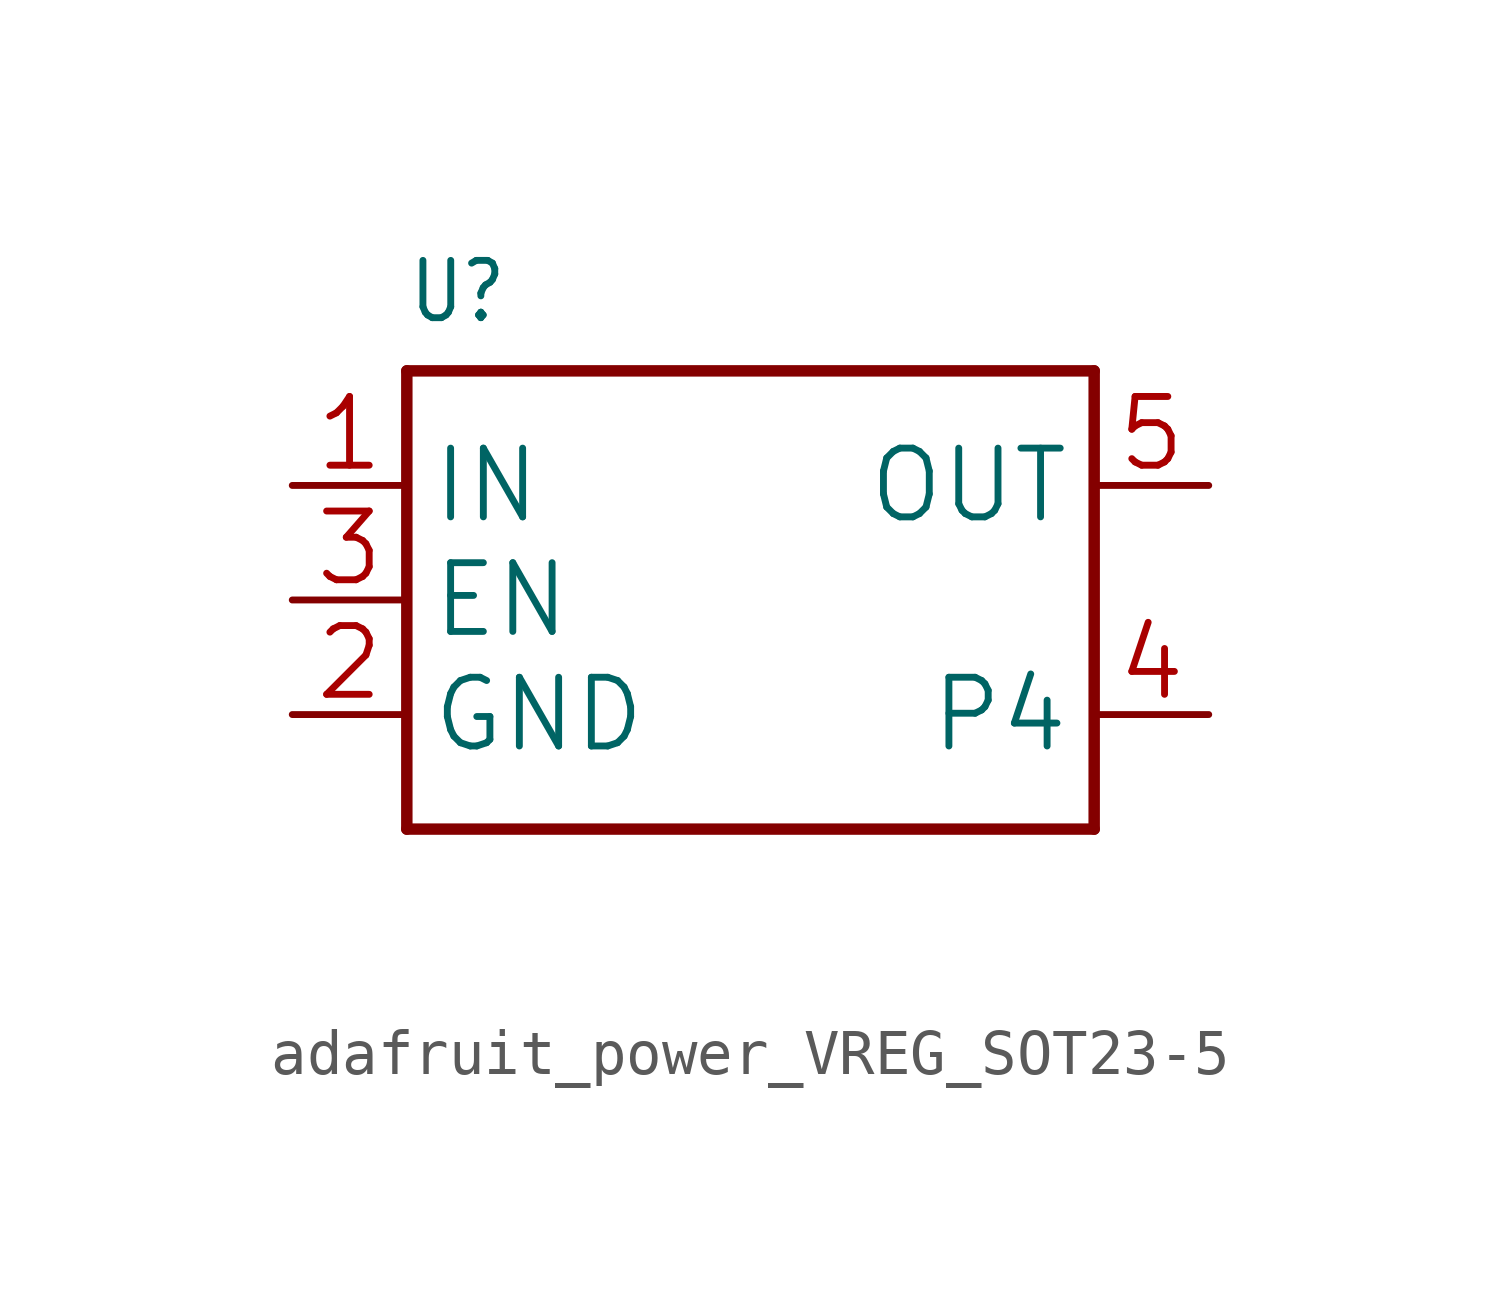
<source format=kicad_sym>
(kicad_symbol_lib
  (version 20241209)
  (generator "kicad_symbol_editor")
  (generator_version "9.0")
  (symbol "adafruit_power_VREG_SOT23-5"
    (property "Reference" "U"
      (at -7.62 6.096 0)
      (effects (font (size 1.27 1.079)) (justify left bottom)))
    (property "Value" ""
      (at -7.62 -7.62 0)
      (effects (font (size 1.27 1.079)) (justify left bottom)))
    (property "ki_locked" ""
      (at 0 0 0)
      (effects (font (size 1.27 1.27))))
    (symbol "adafruit_power_VREG_SOT23-5_1_0"
      (polyline (pts (xy -7.62 5.08) (xy 7.62 5.08)) (stroke (width 0.254) (type solid)) (fill (type none)))
      (polyline (pts (xy -7.62 -5.08) (xy -7.62 5.08)) (stroke (width 0.254) (type solid)) (fill (type none)))
      (polyline (pts (xy 7.62 5.08) (xy 7.62 -5.08)) (stroke (width 0.254) (type solid)) (fill (type none)))
      (polyline (pts (xy 7.62 -5.08) (xy -7.62 -5.08)) (stroke (width 0.254) (type solid)) (fill (type none)))
      (pin power_in line (at -10.16 2.54 0) (length 2.54) (name "IN" (effects (font (size 1.524 1.524)))) (number "1" (effects (font (size 1.524 1.524)))))
      (pin input line (at -10.16 0 0) (length 2.54) (name "EN" (effects (font (size 1.524 1.524)))) (number "3" (effects (font (size 1.524 1.524)))))
      (pin power_in line (at -10.16 -2.54 0) (length 2.54) (name "GND" (effects (font (size 1.524 1.524)))) (number "2" (effects (font (size 1.524 1.524)))))
      (pin power_in line (at 10.16 2.54 180) (length 2.54) (name "OUT" (effects (font (size 1.524 1.524)))) (number "5" (effects (font (size 1.524 1.524)))))
      (pin bidirectional line (at 10.16 -2.54 180) (length 2.54) (name "P4" (effects (font (size 1.524 1.524)))) (number "4" (effects (font (size 1.524 1.524))))))))
</source>
